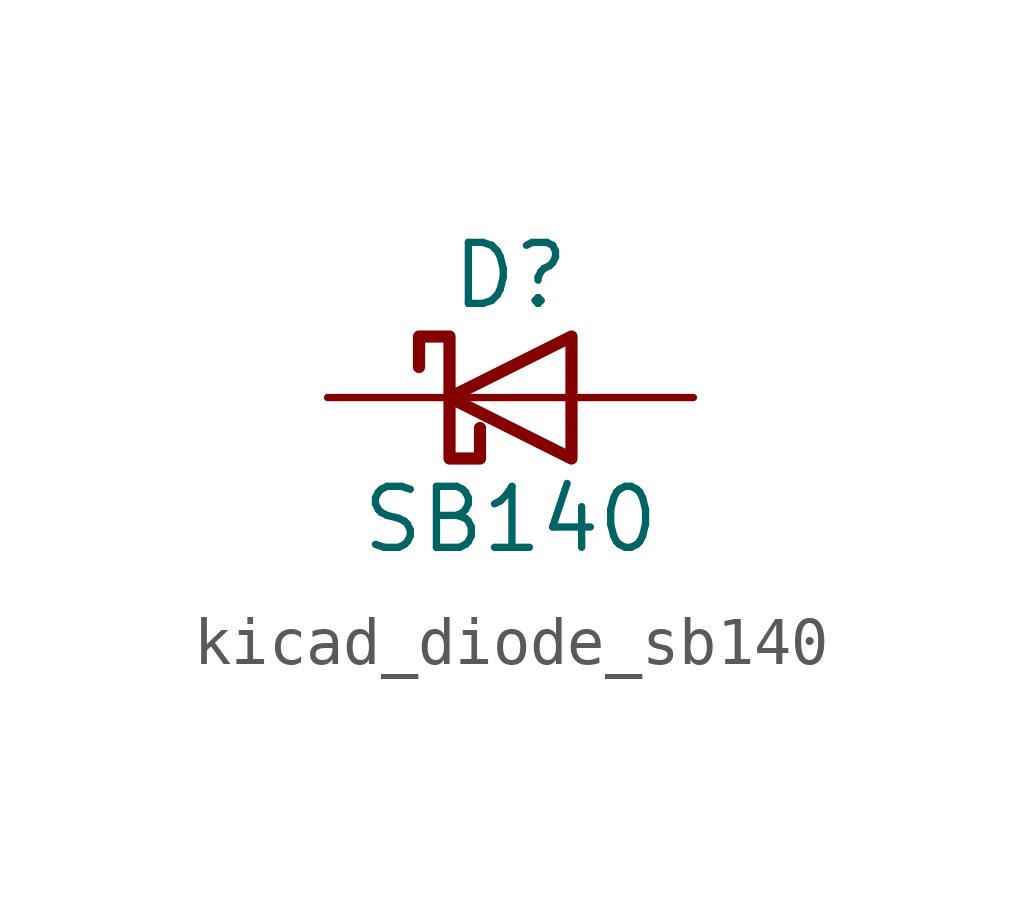
<source format=kicad_sym>
(kicad_symbol_lib
  (version 20220914)
  (generator kicad_symbol_editor)
  (symbol "kicad_diode_sb140"
    (pin_numbers hide)
    (pin_names
      (offset 1.016) hide)
    (property "Reference" "D"
      (at 0 2.54 0)
      (effects (font (size 1.27 1.27))))
    (property "Value" "SB140"
      (at 0 -2.54 0)
      (effects (font (size 1.27 1.27))))
    (symbol "kicad_diode_sb140_0_1"
      (polyline (pts (xy 1.27 0) (xy -1.27 0)) (stroke (width 0) (type default)) (fill (type none)))
      (polyline (pts (xy 1.27 1.27) (xy 1.27 -1.27) (xy -1.27 0) (xy 1.27 1.27)) (stroke (width 0.254) (type default)) (fill (type none)))
      (polyline (pts (xy -1.905 0.635) (xy -1.905 1.27) (xy -1.27 1.27) (xy -1.27 -1.27) (xy -0.635 -1.27) (xy -0.635 -0.635)) (stroke (width 0.254) (type default)) (fill (type none))))
    (symbol "kicad_diode_sb140_1_1"
      (pin passive line (at -3.81 0 0) (length 2.54) (name "K" (effects (font (size 1.27 1.27)))) (number "1" (effects (font (size 1.27 1.27)))))
      (pin passive line (at 3.81 0 180) (length 2.54) (name "A" (effects (font (size 1.27 1.27)))) (number "2" (effects (font (size 1.27 1.27))))))))
</source>
